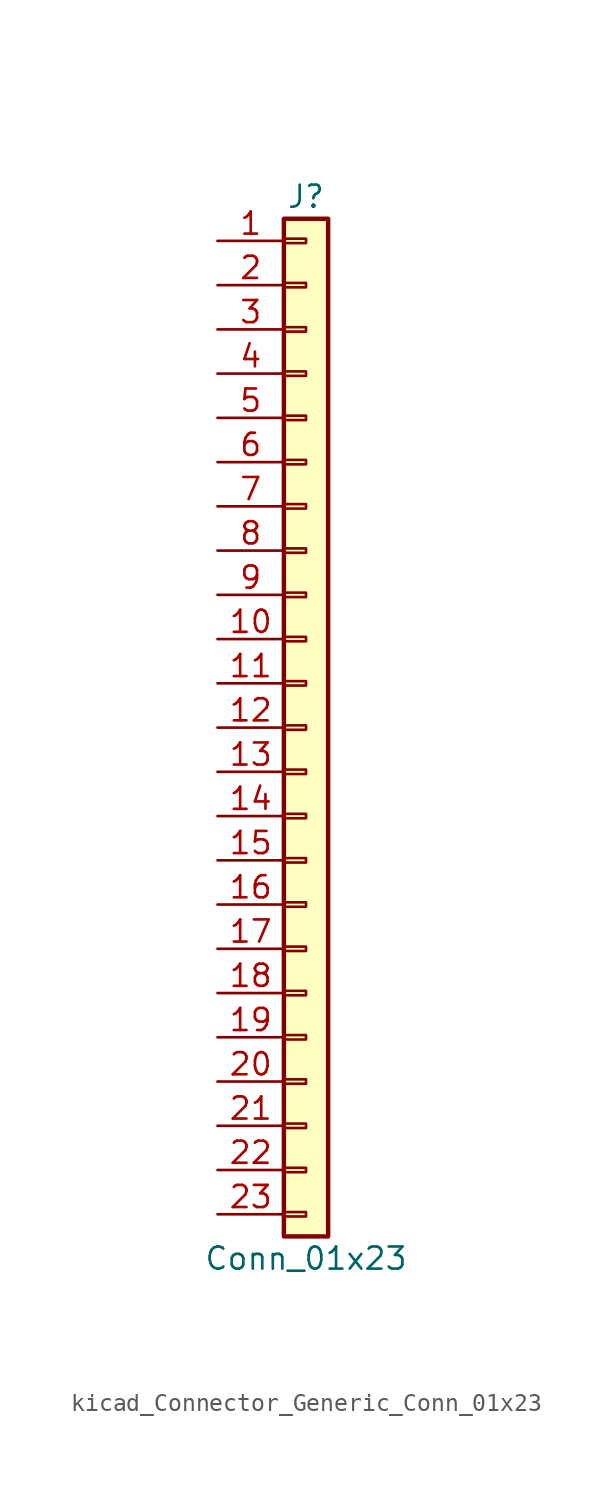
<source format=kicad_sym>
(kicad_symbol_lib
  (version 20220914)
  (generator kicad_symbol_editor)
  (symbol "kicad_Connector_Generic_Conn_01x23"
    (pin_names
      (offset 1.016) hide)
    (property "Reference" "J"
      (at 0 30.48 0)
      (effects (font (size 1.27 1.27))))
    (property "Value" "Conn_01x23"
      (at 0 -30.48 0)
      (effects (font (size 1.27 1.27))))
    (symbol "kicad_Connector_Generic_Conn_01x23_1_1"
      (rectangle (start -1.27 -27.813) (end 0 -28.067) (stroke (width 0.152) (type default)) (fill (type none)))
      (rectangle (start -1.27 -25.273) (end 0 -25.527) (stroke (width 0.152) (type default)) (fill (type none)))
      (rectangle (start -1.27 -22.733) (end 0 -22.987) (stroke (width 0.152) (type default)) (fill (type none)))
      (rectangle (start -1.27 -20.193) (end 0 -20.447) (stroke (width 0.152) (type default)) (fill (type none)))
      (rectangle (start -1.27 -17.653) (end 0 -17.907) (stroke (width 0.152) (type default)) (fill (type none)))
      (rectangle (start -1.27 -15.113) (end 0 -15.367) (stroke (width 0.152) (type default)) (fill (type none)))
      (rectangle (start -1.27 -12.573) (end 0 -12.827) (stroke (width 0.152) (type default)) (fill (type none)))
      (rectangle (start -1.27 -10.033) (end 0 -10.287) (stroke (width 0.152) (type default)) (fill (type none)))
      (rectangle (start -1.27 -7.493) (end 0 -7.747) (stroke (width 0.152) (type default)) (fill (type none)))
      (rectangle (start -1.27 -4.953) (end 0 -5.207) (stroke (width 0.152) (type default)) (fill (type none)))
      (rectangle (start -1.27 -2.413) (end 0 -2.667) (stroke (width 0.152) (type default)) (fill (type none)))
      (rectangle (start -1.27 0.127) (end 0 -0.127) (stroke (width 0.152) (type default)) (fill (type none)))
      (rectangle (start -1.27 2.667) (end 0 2.413) (stroke (width 0.152) (type default)) (fill (type none)))
      (rectangle (start -1.27 5.207) (end 0 4.953) (stroke (width 0.152) (type default)) (fill (type none)))
      (rectangle (start -1.27 7.747) (end 0 7.493) (stroke (width 0.152) (type default)) (fill (type none)))
      (rectangle (start -1.27 10.287) (end 0 10.033) (stroke (width 0.152) (type default)) (fill (type none)))
      (rectangle (start -1.27 12.827) (end 0 12.573) (stroke (width 0.152) (type default)) (fill (type none)))
      (rectangle (start -1.27 15.367) (end 0 15.113) (stroke (width 0.152) (type default)) (fill (type none)))
      (rectangle (start -1.27 17.907) (end 0 17.653) (stroke (width 0.152) (type default)) (fill (type none)))
      (rectangle (start -1.27 20.447) (end 0 20.193) (stroke (width 0.152) (type default)) (fill (type none)))
      (rectangle (start -1.27 22.987) (end 0 22.733) (stroke (width 0.152) (type default)) (fill (type none)))
      (rectangle (start -1.27 25.527) (end 0 25.273) (stroke (width 0.152) (type default)) (fill (type none)))
      (rectangle (start -1.27 28.067) (end 0 27.813) (stroke (width 0.152) (type default)) (fill (type none)))
      (rectangle (start -1.27 29.21) (end 1.27 -29.21) (stroke (width 0.254) (type default)) (fill (type background)))
      (pin passive line (at -5.08 27.94 0) (length 3.81) (name "Pin_1" (effects (font (size 1.27 1.27)))) (number "1" (effects (font (size 1.27 1.27)))))
      (pin passive line (at -5.08 5.08 0) (length 3.81) (name "Pin_10" (effects (font (size 1.27 1.27)))) (number "10" (effects (font (size 1.27 1.27)))))
      (pin passive line (at -5.08 2.54 0) (length 3.81) (name "Pin_11" (effects (font (size 1.27 1.27)))) (number "11" (effects (font (size 1.27 1.27)))))
      (pin passive line (at -5.08 0 0) (length 3.81) (name "Pin_12" (effects (font (size 1.27 1.27)))) (number "12" (effects (font (size 1.27 1.27)))))
      (pin passive line (at -5.08 -2.54 0) (length 3.81) (name "Pin_13" (effects (font (size 1.27 1.27)))) (number "13" (effects (font (size 1.27 1.27)))))
      (pin passive line (at -5.08 -5.08 0) (length 3.81) (name "Pin_14" (effects (font (size 1.27 1.27)))) (number "14" (effects (font (size 1.27 1.27)))))
      (pin passive line (at -5.08 -7.62 0) (length 3.81) (name "Pin_15" (effects (font (size 1.27 1.27)))) (number "15" (effects (font (size 1.27 1.27)))))
      (pin passive line (at -5.08 -10.16 0) (length 3.81) (name "Pin_16" (effects (font (size 1.27 1.27)))) (number "16" (effects (font (size 1.27 1.27)))))
      (pin passive line (at -5.08 -12.7 0) (length 3.81) (name "Pin_17" (effects (font (size 1.27 1.27)))) (number "17" (effects (font (size 1.27 1.27)))))
      (pin passive line (at -5.08 -15.24 0) (length 3.81) (name "Pin_18" (effects (font (size 1.27 1.27)))) (number "18" (effects (font (size 1.27 1.27)))))
      (pin passive line (at -5.08 -17.78 0) (length 3.81) (name "Pin_19" (effects (font (size 1.27 1.27)))) (number "19" (effects (font (size 1.27 1.27)))))
      (pin passive line (at -5.08 25.4 0) (length 3.81) (name "Pin_2" (effects (font (size 1.27 1.27)))) (number "2" (effects (font (size 1.27 1.27)))))
      (pin passive line (at -5.08 -20.32 0) (length 3.81) (name "Pin_20" (effects (font (size 1.27 1.27)))) (number "20" (effects (font (size 1.27 1.27)))))
      (pin passive line (at -5.08 -22.86 0) (length 3.81) (name "Pin_21" (effects (font (size 1.27 1.27)))) (number "21" (effects (font (size 1.27 1.27)))))
      (pin passive line (at -5.08 -25.4 0) (length 3.81) (name "Pin_22" (effects (font (size 1.27 1.27)))) (number "22" (effects (font (size 1.27 1.27)))))
      (pin passive line (at -5.08 -27.94 0) (length 3.81) (name "Pin_23" (effects (font (size 1.27 1.27)))) (number "23" (effects (font (size 1.27 1.27)))))
      (pin passive line (at -5.08 22.86 0) (length 3.81) (name "Pin_3" (effects (font (size 1.27 1.27)))) (number "3" (effects (font (size 1.27 1.27)))))
      (pin passive line (at -5.08 20.32 0) (length 3.81) (name "Pin_4" (effects (font (size 1.27 1.27)))) (number "4" (effects (font (size 1.27 1.27)))))
      (pin passive line (at -5.08 17.78 0) (length 3.81) (name "Pin_5" (effects (font (size 1.27 1.27)))) (number "5" (effects (font (size 1.27 1.27)))))
      (pin passive line (at -5.08 15.24 0) (length 3.81) (name "Pin_6" (effects (font (size 1.27 1.27)))) (number "6" (effects (font (size 1.27 1.27)))))
      (pin passive line (at -5.08 12.7 0) (length 3.81) (name "Pin_7" (effects (font (size 1.27 1.27)))) (number "7" (effects (font (size 1.27 1.27)))))
      (pin passive line (at -5.08 10.16 0) (length 3.81) (name "Pin_8" (effects (font (size 1.27 1.27)))) (number "8" (effects (font (size 1.27 1.27)))))
      (pin passive line (at -5.08 7.62 0) (length 3.81) (name "Pin_9" (effects (font (size 1.27 1.27)))) (number "9" (effects (font (size 1.27 1.27))))))))
</source>
